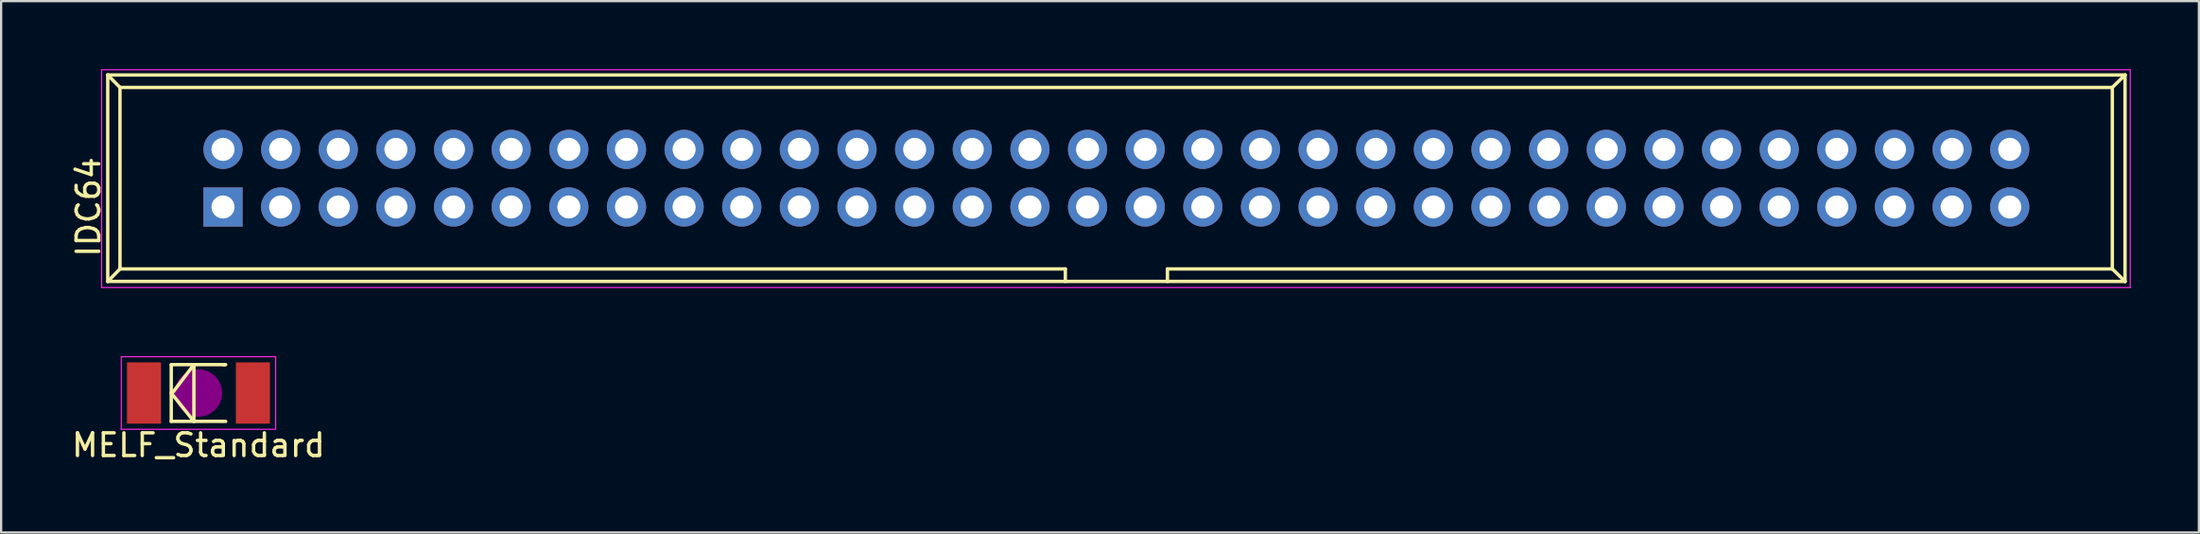
<source format=kicad_pcb>
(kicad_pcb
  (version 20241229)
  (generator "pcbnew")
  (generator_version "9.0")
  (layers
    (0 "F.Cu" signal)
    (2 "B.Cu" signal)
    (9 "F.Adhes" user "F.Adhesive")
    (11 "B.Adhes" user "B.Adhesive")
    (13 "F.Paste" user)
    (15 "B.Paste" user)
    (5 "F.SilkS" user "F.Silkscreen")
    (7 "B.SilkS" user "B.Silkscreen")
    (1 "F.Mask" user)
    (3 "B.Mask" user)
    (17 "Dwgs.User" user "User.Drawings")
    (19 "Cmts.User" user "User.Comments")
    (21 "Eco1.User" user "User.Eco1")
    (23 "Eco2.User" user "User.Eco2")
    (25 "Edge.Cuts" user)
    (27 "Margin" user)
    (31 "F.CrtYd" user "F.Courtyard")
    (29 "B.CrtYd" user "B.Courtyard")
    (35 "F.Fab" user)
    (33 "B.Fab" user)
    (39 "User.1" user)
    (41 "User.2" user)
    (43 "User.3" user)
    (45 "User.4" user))
  (footprint "MELF_Standard"
    (layer "F.Cu")
    (at 5.696 14.275)
    (property "Reference" "MELF_Standard" (at 0 2.3 0) (layer "F.SilkS") (effects (font (size 1 1) (thickness 0.15))))
    (attr smd)
    (fp_line (start -1.199 -1.25) (end -1.199 1.25) (stroke (width 0.15) (type solid)) (layer "F.SilkS"))
    (fp_line (start -1.199 -1.25) (end 1.151 -1.25) (stroke (width 0.15) (type solid)) (layer "F.SilkS"))
    (fp_line (start -1.199 1.25) (end 1.049 1.25) (stroke (width 0.15) (type solid)) (layer "F.SilkS"))
    (fp_line (start -1.151 0) (end -0.201 -1.25) (stroke (width 0.15) (type solid)) (layer "F.SilkS"))
    (fp_line (start -0.201 -1.25) (end -0.201 1.25) (stroke (width 0.15) (type solid)) (layer "F.SilkS"))
    (fp_line (start -0.201 1.25) (end -1.199 0) (stroke (width 0.15) (type solid)) (layer "F.SilkS"))
    (fp_line (start 1.1 -1.25) (end 1.199 -1.25) (stroke (width 0.15) (type solid)) (layer "F.SilkS"))
    (fp_line (start 1.1 1.25) (end 1.199 1.25) (stroke (width 0.15) (type solid)) (layer "F.SilkS"))
    (fp_circle (center 0 0) (end -0.8 0.3) (stroke (width 0.381) (type solid)) (fill no) (layer "F.Adhes"))
    (fp_circle (center 0 0) (end 0 0.201) (stroke (width 0.381) (type solid)) (fill no) (layer "F.Adhes"))
    (fp_circle (center 0 0) (end 0 0.551) (stroke (width 0.381) (type solid)) (fill no) (layer "F.Adhes"))
    (fp_line (start -3.4 -1.6) (end 3.4 -1.6) (stroke (width 0.05) (type solid)) (layer "F.CrtYd"))
    (fp_line (start -3.4 1.6) (end -3.4 -1.6) (stroke (width 0.05) (type solid)) (layer "F.CrtYd"))
    (fp_line (start 3.4 -1.6) (end 3.4 1.6) (stroke (width 0.05) (type solid)) (layer "F.CrtYd"))
    (fp_line (start 3.4 1.6) (end -3.4 1.6) (stroke (width 0.05) (type solid)) (layer "F.CrtYd"))
    (pad "1" smd rect (at -2.4 0) (size 1.501 2.7) (layers "F.Cu" "F.Mask" "F.Paste"))
    (pad "2" smd rect (at 2.4 0) (size 1.501 2.7) (layers "F.Cu" "F.Mask" "F.Paste")))
  (footprint "IDC64"
    (layer "F.Cu")
    (at 6.778 6.075)
    (property "Reference" "IDC64" (at -5.93 0 90) (layer "F.SilkS") (effects (font (size 1 1) (thickness 0.15))))
    (attr through_hole)
    (fp_line (start -5.08 -5.82) (end -5.08 3.28) (stroke (width 0.15) (type solid)) (layer "F.SilkS"))
    (fp_line (start -5.08 -5.82) (end -4.54 -5.27) (stroke (width 0.15) (type solid)) (layer "F.SilkS"))
    (fp_line (start -5.08 -5.82) (end 83.82 -5.82) (stroke (width 0.15) (type solid)) (layer "F.SilkS"))
    (fp_line (start -5.08 3.28) (end -4.54 2.73) (stroke (width 0.15) (type solid)) (layer "F.SilkS"))
    (fp_line (start -5.08 3.28) (end 83.82 3.28) (stroke (width 0.15) (type solid)) (layer "F.SilkS"))
    (fp_line (start -4.54 -5.27) (end -4.54 2.73) (stroke (width 0.15) (type solid)) (layer "F.SilkS"))
    (fp_line (start -4.54 -5.27) (end 83.26 -5.27) (stroke (width 0.15) (type solid)) (layer "F.SilkS"))
    (fp_line (start -4.54 2.73) (end 37.12 2.73) (stroke (width 0.15) (type solid)) (layer "F.SilkS"))
    (fp_line (start 37.12 2.73) (end 37.12 3.28) (stroke (width 0.15) (type solid)) (layer "F.SilkS"))
    (fp_line (start 41.62 2.73) (end 41.62 3.28) (stroke (width 0.15) (type solid)) (layer "F.SilkS"))
    (fp_line (start 41.62 2.73) (end 83.26 2.73) (stroke (width 0.15) (type solid)) (layer "F.SilkS"))
    (fp_line (start 83.26 -5.27) (end 83.26 2.73) (stroke (width 0.15) (type solid)) (layer "F.SilkS"))
    (fp_line (start 83.82 -5.82) (end 83.26 -5.27) (stroke (width 0.15) (type solid)) (layer "F.SilkS"))
    (fp_line (start 83.82 -5.82) (end 83.82 3.28) (stroke (width 0.15) (type solid)) (layer "F.SilkS"))
    (fp_line (start 83.82 3.28) (end 83.26 2.73) (stroke (width 0.15) (type solid)) (layer "F.SilkS"))
    (fp_line (start -5.35 -6.05) (end 84.05 -6.05) (stroke (width 0.05) (type solid)) (layer "F.CrtYd"))
    (fp_line (start -5.35 3.55) (end -5.35 -6.05) (stroke (width 0.05) (type solid)) (layer "F.CrtYd"))
    (fp_line (start 84.05 -6.05) (end 84.05 3.55) (stroke (width 0.05) (type solid)) (layer "F.CrtYd"))
    (fp_line (start 84.05 3.55) (end -5.35 3.55) (stroke (width 0.05) (type solid)) (layer "F.CrtYd"))
    (pad "1" thru_hole rect (at 0 0) (size 1.727 1.727) (drill 1.016) (layers "*.Cu" "*.Mask"))
    (pad "2" thru_hole oval (at 0 -2.54) (size 1.727 1.727) (drill 1.016) (layers "*.Cu" "*.Mask"))
    (pad "3" thru_hole oval (at 2.54 0) (size 1.727 1.727) (drill 1.016) (layers "*.Cu" "*.Mask"))
    (pad "4" thru_hole oval (at 2.54 -2.54) (size 1.727 1.727) (drill 1.016) (layers "*.Cu" "*.Mask"))
    (pad "5" thru_hole oval (at 5.08 0) (size 1.727 1.727) (drill 1.016) (layers "*.Cu" "*.Mask"))
    (pad "6" thru_hole oval (at 5.08 -2.54) (size 1.727 1.727) (drill 1.016) (layers "*.Cu" "*.Mask"))
    (pad "7" thru_hole oval (at 7.62 0) (size 1.727 1.727) (drill 1.016) (layers "*.Cu" "*.Mask"))
    (pad "8" thru_hole oval (at 7.62 -2.54) (size 1.727 1.727) (drill 1.016) (layers "*.Cu" "*.Mask"))
    (pad "9" thru_hole oval (at 10.16 0) (size 1.727 1.727) (drill 1.016) (layers "*.Cu" "*.Mask"))
    (pad "10" thru_hole oval (at 10.16 -2.54) (size 1.727 1.727) (drill 1.016) (layers "*.Cu" "*.Mask"))
    (pad "11" thru_hole oval (at 12.7 0) (size 1.727 1.727) (drill 1.016) (layers "*.Cu" "*.Mask"))
    (pad "12" thru_hole oval (at 12.7 -2.54) (size 1.727 1.727) (drill 1.016) (layers "*.Cu" "*.Mask"))
    (pad "13" thru_hole oval (at 15.24 0) (size 1.727 1.727) (drill 1.016) (layers "*.Cu" "*.Mask"))
    (pad "14" thru_hole oval (at 15.24 -2.54) (size 1.727 1.727) (drill 1.016) (layers "*.Cu" "*.Mask"))
    (pad "15" thru_hole oval (at 17.78 0) (size 1.727 1.727) (drill 1.016) (layers "*.Cu" "*.Mask"))
    (pad "16" thru_hole oval (at 17.78 -2.54) (size 1.727 1.727) (drill 1.016) (layers "*.Cu" "*.Mask"))
    (pad "17" thru_hole oval (at 20.32 0) (size 1.727 1.727) (drill 1.016) (layers "*.Cu" "*.Mask"))
    (pad "18" thru_hole oval (at 20.32 -2.54) (size 1.727 1.727) (drill 1.016) (layers "*.Cu" "*.Mask"))
    (pad "19" thru_hole oval (at 22.86 0) (size 1.727 1.727) (drill 1.016) (layers "*.Cu" "*.Mask"))
    (pad "20" thru_hole oval (at 22.86 -2.54) (size 1.727 1.727) (drill 1.016) (layers "*.Cu" "*.Mask"))
    (pad "21" thru_hole oval (at 25.4 0) (size 1.727 1.727) (drill 1.016) (layers "*.Cu" "*.Mask"))
    (pad "22" thru_hole oval (at 25.4 -2.54) (size 1.727 1.727) (drill 1.016) (layers "*.Cu" "*.Mask"))
    (pad "23" thru_hole oval (at 27.94 0) (size 1.727 1.727) (drill 1.016) (layers "*.Cu" "*.Mask"))
    (pad "24" thru_hole oval (at 27.94 -2.54) (size 1.727 1.727) (drill 1.016) (layers "*.Cu" "*.Mask"))
    (pad "25" thru_hole oval (at 30.48 0) (size 1.727 1.727) (drill 1.016) (layers "*.Cu" "*.Mask"))
    (pad "26" thru_hole oval (at 30.48 -2.54) (size 1.727 1.727) (drill 1.016) (layers "*.Cu" "*.Mask"))
    (pad "27" thru_hole oval (at 33.02 0) (size 1.727 1.727) (drill 1.016) (layers "*.Cu" "*.Mask"))
    (pad "28" thru_hole oval (at 33.02 -2.54) (size 1.727 1.727) (drill 1.016) (layers "*.Cu" "*.Mask"))
    (pad "29" thru_hole oval (at 35.56 0) (size 1.727 1.727) (drill 1.016) (layers "*.Cu" "*.Mask"))
    (pad "30" thru_hole oval (at 35.56 -2.54) (size 1.727 1.727) (drill 1.016) (layers "*.Cu" "*.Mask"))
    (pad "31" thru_hole oval (at 38.1 0) (size 1.727 1.727) (drill 1.016) (layers "*.Cu" "*.Mask"))
    (pad "32" thru_hole oval (at 38.1 -2.54) (size 1.727 1.727) (drill 1.016) (layers "*.Cu" "*.Mask"))
    (pad "33" thru_hole oval (at 40.64 0) (size 1.727 1.727) (drill 1.016) (layers "*.Cu" "*.Mask"))
    (pad "34" thru_hole oval (at 40.64 -2.54) (size 1.727 1.727) (drill 1.016) (layers "*.Cu" "*.Mask"))
    (pad "35" thru_hole oval (at 43.18 0) (size 1.727 1.727) (drill 1.016) (layers "*.Cu" "*.Mask"))
    (pad "36" thru_hole oval (at 43.18 -2.54) (size 1.727 1.727) (drill 1.016) (layers "*.Cu" "*.Mask"))
    (pad "37" thru_hole oval (at 45.72 0) (size 1.727 1.727) (drill 1.016) (layers "*.Cu" "*.Mask"))
    (pad "38" thru_hole oval (at 45.72 -2.54) (size 1.727 1.727) (drill 1.016) (layers "*.Cu" "*.Mask"))
    (pad "39" thru_hole oval (at 48.26 0) (size 1.727 1.727) (drill 1.016) (layers "*.Cu" "*.Mask"))
    (pad "40" thru_hole oval (at 48.26 -2.54) (size 1.727 1.727) (drill 1.016) (layers "*.Cu" "*.Mask"))
    (pad "41" thru_hole oval (at 50.8 0) (size 1.727 1.727) (drill 1.016) (layers "*.Cu" "*.Mask"))
    (pad "42" thru_hole oval (at 50.8 -2.54) (size 1.727 1.727) (drill 1.016) (layers "*.Cu" "*.Mask"))
    (pad "43" thru_hole oval (at 53.34 0) (size 1.727 1.727) (drill 1.016) (layers "*.Cu" "*.Mask"))
    (pad "44" thru_hole oval (at 53.34 -2.54) (size 1.727 1.727) (drill 1.016) (layers "*.Cu" "*.Mask"))
    (pad "45" thru_hole oval (at 55.88 0) (size 1.727 1.727) (drill 1.016) (layers "*.Cu" "*.Mask"))
    (pad "46" thru_hole oval (at 55.88 -2.54) (size 1.727 1.727) (drill 1.016) (layers "*.Cu" "*.Mask"))
    (pad "47" thru_hole oval (at 58.42 0) (size 1.727 1.727) (drill 1.016) (layers "*.Cu" "*.Mask"))
    (pad "48" thru_hole oval (at 58.42 -2.54) (size 1.727 1.727) (drill 1.016) (layers "*.Cu" "*.Mask"))
    (pad "49" thru_hole oval (at 60.96 0) (size 1.727 1.727) (drill 1.016) (layers "*.Cu" "*.Mask"))
    (pad "50" thru_hole oval (at 60.96 -2.54) (size 1.727 1.727) (drill 1.016) (layers "*.Cu" "*.Mask"))
    (pad "51" thru_hole oval (at 63.5 0) (size 1.727 1.727) (drill 1.016) (layers "*.Cu" "*.Mask"))
    (pad "52" thru_hole oval (at 63.5 -2.54) (size 1.727 1.727) (drill 1.016) (layers "*.Cu" "*.Mask"))
    (pad "53" thru_hole oval (at 66.04 0) (size 1.727 1.727) (drill 1.016) (layers "*.Cu" "*.Mask"))
    (pad "54" thru_hole oval (at 66.04 -2.54) (size 1.727 1.727) (drill 1.016) (layers "*.Cu" "*.Mask"))
    (pad "55" thru_hole oval (at 68.58 0) (size 1.727 1.727) (drill 1.016) (layers "*.Cu" "*.Mask"))
    (pad "56" thru_hole oval (at 68.58 -2.54) (size 1.727 1.727) (drill 1.016) (layers "*.Cu" "*.Mask"))
    (pad "57" thru_hole oval (at 71.12 0) (size 1.727 1.727) (drill 1.016) (layers "*.Cu" "*.Mask"))
    (pad "58" thru_hole oval (at 71.12 -2.54) (size 1.727 1.727) (drill 1.016) (layers "*.Cu" "*.Mask"))
    (pad "59" thru_hole oval (at 73.66 0) (size 1.727 1.727) (drill 1.016) (layers "*.Cu" "*.Mask"))
    (pad "60" thru_hole oval (at 73.66 -2.54) (size 1.727 1.727) (drill 1.016) (layers "*.Cu" "*.Mask"))
    (pad "61" thru_hole oval (at 76.2 0) (size 1.727 1.727) (drill 1.016) (layers "*.Cu" "*.Mask"))
    (pad "62" thru_hole oval (at 76.2 -2.54) (size 1.727 1.727) (drill 1.016) (layers "*.Cu" "*.Mask"))
    (pad "63" thru_hole oval (at 78.74 0) (size 1.727 1.727) (drill 1.016) (layers "*.Cu" "*.Mask"))
    (pad "64" thru_hole oval (at 78.74 -2.54) (size 1.727 1.727) (drill 1.016) (layers "*.Cu" "*.Mask")))
  (gr_rect
    (start -3 -3)
    (end 93.853 20.423)
    (stroke (width 0.1) (type default))
    (fill no)
    (layer "Edge.Cuts")))
</source>
